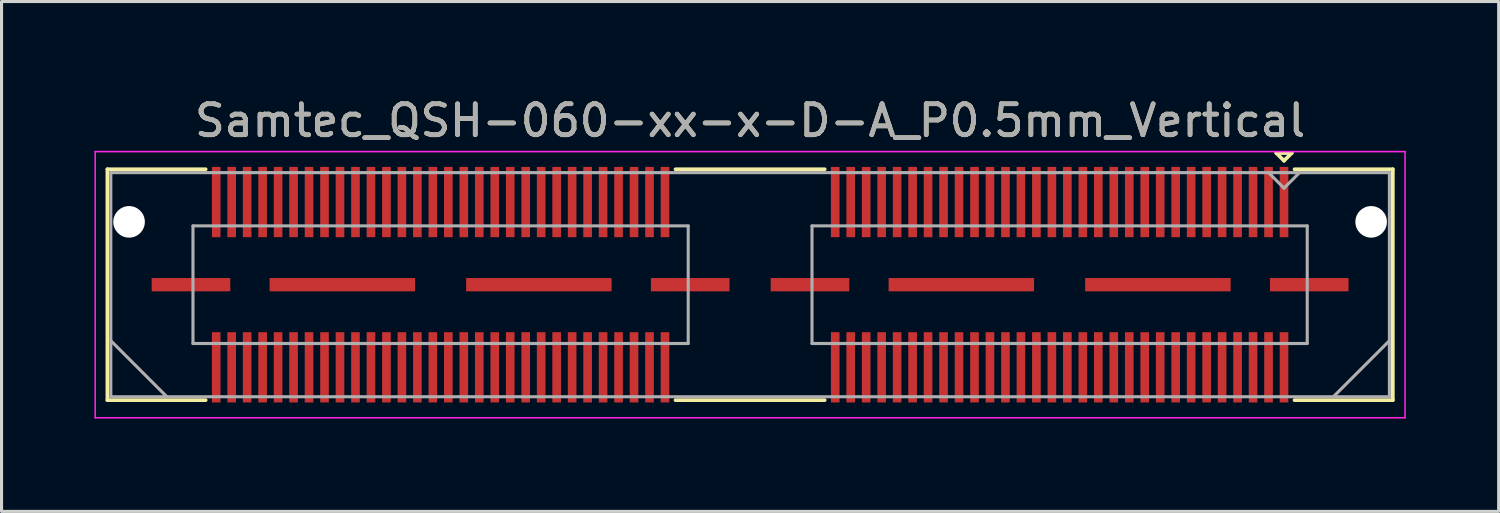
<source format=kicad_pcb>
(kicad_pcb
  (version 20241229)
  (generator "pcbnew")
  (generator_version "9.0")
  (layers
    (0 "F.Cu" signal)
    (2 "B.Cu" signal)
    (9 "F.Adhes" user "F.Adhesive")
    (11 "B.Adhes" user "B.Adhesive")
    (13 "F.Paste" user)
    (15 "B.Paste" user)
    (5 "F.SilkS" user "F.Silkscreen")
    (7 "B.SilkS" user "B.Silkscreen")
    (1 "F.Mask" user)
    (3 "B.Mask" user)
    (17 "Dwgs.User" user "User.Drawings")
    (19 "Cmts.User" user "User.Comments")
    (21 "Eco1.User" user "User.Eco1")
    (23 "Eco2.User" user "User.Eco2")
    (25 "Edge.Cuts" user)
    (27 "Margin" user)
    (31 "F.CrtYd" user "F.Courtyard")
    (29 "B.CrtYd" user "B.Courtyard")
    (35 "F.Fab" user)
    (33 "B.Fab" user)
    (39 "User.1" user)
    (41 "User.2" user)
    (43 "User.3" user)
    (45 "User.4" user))
  (footprint "Samtec_QSH-060-xx-x-D-A_P0.5mm_Vertical"
    (layer "F.Cu")
    (at 21.185 6.148)
    (property "Reference" "Samtec_QSH-060-xx-x-D-A_P0.5mm_Vertical" (at 0 -5.3 0) (layer "F.SilkS") (effects (font (size 1 1) (thickness 0.15))))
    (attr smd)
    (fp_line (start -20.765 -3.73) (end -17.59 -3.73) (stroke (width 0.12) (type solid)) (layer "F.SilkS"))
    (fp_line (start -20.765 3.73) (end -20.765 -3.73) (stroke (width 0.12) (type solid)) (layer "F.SilkS"))
    (fp_line (start -17.59 3.73) (end -20.765 3.73) (stroke (width 0.12) (type solid)) (layer "F.SilkS"))
    (fp_line (start 2.41 -3.73) (end -2.41 -3.73) (stroke (width 0.12) (type solid)) (layer "F.SilkS"))
    (fp_line (start 2.41 3.73) (end -2.41 3.73) (stroke (width 0.12) (type solid)) (layer "F.SilkS"))
    (fp_line (start 17 -4.255) (end 17.5 -4.255) (stroke (width 0.12) (type solid)) (layer "F.SilkS"))
    (fp_line (start 17.25 -4.005) (end 17 -4.255) (stroke (width 0.12) (type solid)) (layer "F.SilkS"))
    (fp_line (start 17.5 -4.255) (end 17.25 -4.005) (stroke (width 0.12) (type solid)) (layer "F.SilkS"))
    (fp_line (start 17.59 3.73) (end 20.765 3.73) (stroke (width 0.12) (type solid)) (layer "F.SilkS"))
    (fp_line (start 20.765 -3.73) (end 17.59 -3.73) (stroke (width 0.12) (type solid)) (layer "F.SilkS"))
    (fp_line (start 20.765 3.73) (end 20.765 -3.73) (stroke (width 0.12) (type solid)) (layer "F.SilkS"))
    (fp_line (start -21.16 -4.3) (end -21.16 4.3) (stroke (width 0.05) (type solid)) (layer "F.CrtYd"))
    (fp_line (start -21.16 4.3) (end 21.16 4.3) (stroke (width 0.05) (type solid)) (layer "F.CrtYd"))
    (fp_line (start 21.16 -4.3) (end -21.16 -4.3) (stroke (width 0.05) (type solid)) (layer "F.CrtYd"))
    (fp_line (start 21.16 4.3) (end 21.16 -4.3) (stroke (width 0.05) (type solid)) (layer "F.CrtYd"))
    (fp_line (start -20.655 -3.62) (end -20.655 3.62) (stroke (width 0.1) (type solid)) (layer "F.Fab"))
    (fp_line (start -20.655 1.81) (end -18.845 3.62) (stroke (width 0.1) (type solid)) (layer "F.Fab"))
    (fp_line (start -20.655 3.62) (end 20.655 3.62) (stroke (width 0.1) (type solid)) (layer "F.Fab"))
    (fp_line (start -18 -1.9) (end -18 1.9) (stroke (width 0.1) (type solid)) (layer "F.Fab"))
    (fp_line (start -18 1.9) (end -2 1.9) (stroke (width 0.1) (type solid)) (layer "F.Fab"))
    (fp_line (start -2 -1.9) (end -18 -1.9) (stroke (width 0.1) (type solid)) (layer "F.Fab"))
    (fp_line (start -2 1.9) (end -2 -1.9) (stroke (width 0.1) (type solid)) (layer "F.Fab"))
    (fp_line (start 2 -1.9) (end 2 1.9) (stroke (width 0.1) (type solid)) (layer "F.Fab"))
    (fp_line (start 2 1.9) (end 18 1.9) (stroke (width 0.1) (type solid)) (layer "F.Fab"))
    (fp_line (start 17.25 -3.12) (end 16.75 -3.62) (stroke (width 0.1) (type solid)) (layer "F.Fab"))
    (fp_line (start 17.75 -3.62) (end 17.25 -3.12) (stroke (width 0.1) (type solid)) (layer "F.Fab"))
    (fp_line (start 18 -1.9) (end 2 -1.9) (stroke (width 0.1) (type solid)) (layer "F.Fab"))
    (fp_line (start 18 1.9) (end 18 -1.9) (stroke (width 0.1) (type solid)) (layer "F.Fab"))
    (fp_line (start 20.655 -3.62) (end -20.655 -3.62) (stroke (width 0.1) (type solid)) (layer "F.Fab"))
    (fp_line (start 20.655 1.81) (end 18.845 3.62) (stroke (width 0.1) (type solid)) (layer "F.Fab"))
    (fp_line (start 20.655 3.62) (end 20.655 -3.62) (stroke (width 0.1) (type solid)) (layer "F.Fab"))
    (fp_text user "${REFERENCE}" (at 0 -5.3 0) (layer "F.Fab") (effects (font (size 1 1) (thickness 0.15))))
    (pad "" np_thru_hole circle (at -20.065 -2.03) (size 1.02 1.02) (drill 1.02) (layers "*.Cu" "*.Mask"))
    (pad "" np_thru_hole circle (at 20.065 -2.03) (size 1.02 1.02) (drill 1.02) (layers "*.Cu" "*.Mask"))
    (pad "1" smd rect (at 17.25 -2.67) (size 0.279 2.27) (layers "F.Cu" "F.Mask" "F.Paste"))
    (pad "2" smd rect (at 17.25 2.67) (size 0.279 2.27) (layers "F.Cu" "F.Mask" "F.Paste"))
    (pad "3" smd rect (at 16.75 -2.67) (size 0.279 2.27) (layers "F.Cu" "F.Mask" "F.Paste"))
    (pad "4" smd rect (at 16.75 2.67) (size 0.279 2.27) (layers "F.Cu" "F.Mask" "F.Paste"))
    (pad "5" smd rect (at 16.25 -2.67) (size 0.279 2.27) (layers "F.Cu" "F.Mask" "F.Paste"))
    (pad "6" smd rect (at 16.25 2.67) (size 0.279 2.27) (layers "F.Cu" "F.Mask" "F.Paste"))
    (pad "7" smd rect (at 15.75 -2.67) (size 0.279 2.27) (layers "F.Cu" "F.Mask" "F.Paste"))
    (pad "8" smd rect (at 15.75 2.67) (size 0.279 2.27) (layers "F.Cu" "F.Mask" "F.Paste"))
    (pad "9" smd rect (at 15.25 -2.67) (size 0.279 2.27) (layers "F.Cu" "F.Mask" "F.Paste"))
    (pad "10" smd rect (at 15.25 2.67) (size 0.279 2.27) (layers "F.Cu" "F.Mask" "F.Paste"))
    (pad "11" smd rect (at 14.75 -2.67) (size 0.279 2.27) (layers "F.Cu" "F.Mask" "F.Paste"))
    (pad "12" smd rect (at 14.75 2.67) (size 0.279 2.27) (layers "F.Cu" "F.Mask" "F.Paste"))
    (pad "13" smd rect (at 14.25 -2.67) (size 0.279 2.27) (layers "F.Cu" "F.Mask" "F.Paste"))
    (pad "14" smd rect (at 14.25 2.67) (size 0.279 2.27) (layers "F.Cu" "F.Mask" "F.Paste"))
    (pad "15" smd rect (at 13.75 -2.67) (size 0.279 2.27) (layers "F.Cu" "F.Mask" "F.Paste"))
    (pad "16" smd rect (at 13.75 2.67) (size 0.279 2.27) (layers "F.Cu" "F.Mask" "F.Paste"))
    (pad "17" smd rect (at 13.25 -2.67) (size 0.279 2.27) (layers "F.Cu" "F.Mask" "F.Paste"))
    (pad "18" smd rect (at 13.25 2.67) (size 0.279 2.27) (layers "F.Cu" "F.Mask" "F.Paste"))
    (pad "19" smd rect (at 12.75 -2.67) (size 0.279 2.27) (layers "F.Cu" "F.Mask" "F.Paste"))
    (pad "20" smd rect (at 12.75 2.67) (size 0.279 2.27) (layers "F.Cu" "F.Mask" "F.Paste"))
    (pad "21" smd rect (at 12.25 -2.67) (size 0.279 2.27) (layers "F.Cu" "F.Mask" "F.Paste"))
    (pad "22" smd rect (at 12.25 2.67) (size 0.279 2.27) (layers "F.Cu" "F.Mask" "F.Paste"))
    (pad "23" smd rect (at 11.75 -2.67) (size 0.279 2.27) (layers "F.Cu" "F.Mask" "F.Paste"))
    (pad "24" smd rect (at 11.75 2.67) (size 0.279 2.27) (layers "F.Cu" "F.Mask" "F.Paste"))
    (pad "25" smd rect (at 11.25 -2.67) (size 0.279 2.27) (layers "F.Cu" "F.Mask" "F.Paste"))
    (pad "26" smd rect (at 11.25 2.67) (size 0.279 2.27) (layers "F.Cu" "F.Mask" "F.Paste"))
    (pad "27" smd rect (at 10.75 -2.67) (size 0.279 2.27) (layers "F.Cu" "F.Mask" "F.Paste"))
    (pad "28" smd rect (at 10.75 2.67) (size 0.279 2.27) (layers "F.Cu" "F.Mask" "F.Paste"))
    (pad "29" smd rect (at 10.25 -2.67) (size 0.279 2.27) (layers "F.Cu" "F.Mask" "F.Paste"))
    (pad "30" smd rect (at 10.25 2.67) (size 0.279 2.27) (layers "F.Cu" "F.Mask" "F.Paste"))
    (pad "31" smd rect (at 9.75 -2.67) (size 0.279 2.27) (layers "F.Cu" "F.Mask" "F.Paste"))
    (pad "32" smd rect (at 9.75 2.67) (size 0.279 2.27) (layers "F.Cu" "F.Mask" "F.Paste"))
    (pad "33" smd rect (at 9.25 -2.67) (size 0.279 2.27) (layers "F.Cu" "F.Mask" "F.Paste"))
    (pad "34" smd rect (at 9.25 2.67) (size 0.279 2.27) (layers "F.Cu" "F.Mask" "F.Paste"))
    (pad "35" smd rect (at 8.75 -2.67) (size 0.279 2.27) (layers "F.Cu" "F.Mask" "F.Paste"))
    (pad "36" smd rect (at 8.75 2.67) (size 0.279 2.27) (layers "F.Cu" "F.Mask" "F.Paste"))
    (pad "37" smd rect (at 8.25 -2.67) (size 0.279 2.27) (layers "F.Cu" "F.Mask" "F.Paste"))
    (pad "38" smd rect (at 8.25 2.67) (size 0.279 2.27) (layers "F.Cu" "F.Mask" "F.Paste"))
    (pad "39" smd rect (at 7.75 -2.67) (size 0.279 2.27) (layers "F.Cu" "F.Mask" "F.Paste"))
    (pad "40" smd rect (at 7.75 2.67) (size 0.279 2.27) (layers "F.Cu" "F.Mask" "F.Paste"))
    (pad "41" smd rect (at 7.25 -2.67) (size 0.279 2.27) (layers "F.Cu" "F.Mask" "F.Paste"))
    (pad "42" smd rect (at 7.25 2.67) (size 0.279 2.27) (layers "F.Cu" "F.Mask" "F.Paste"))
    (pad "43" smd rect (at 6.75 -2.67) (size 0.279 2.27) (layers "F.Cu" "F.Mask" "F.Paste"))
    (pad "44" smd rect (at 6.75 2.67) (size 0.279 2.27) (layers "F.Cu" "F.Mask" "F.Paste"))
    (pad "45" smd rect (at 6.25 -2.67) (size 0.279 2.27) (layers "F.Cu" "F.Mask" "F.Paste"))
    (pad "46" smd rect (at 6.25 2.67) (size 0.279 2.27) (layers "F.Cu" "F.Mask" "F.Paste"))
    (pad "47" smd rect (at 5.75 -2.67) (size 0.279 2.27) (layers "F.Cu" "F.Mask" "F.Paste"))
    (pad "48" smd rect (at 5.75 2.67) (size 0.279 2.27) (layers "F.Cu" "F.Mask" "F.Paste"))
    (pad "49" smd rect (at 5.25 -2.67) (size 0.279 2.27) (layers "F.Cu" "F.Mask" "F.Paste"))
    (pad "50" smd rect (at 5.25 2.67) (size 0.279 2.27) (layers "F.Cu" "F.Mask" "F.Paste"))
    (pad "51" smd rect (at 4.75 -2.67) (size 0.279 2.27) (layers "F.Cu" "F.Mask" "F.Paste"))
    (pad "52" smd rect (at 4.75 2.67) (size 0.279 2.27) (layers "F.Cu" "F.Mask" "F.Paste"))
    (pad "53" smd rect (at 4.25 -2.67) (size 0.279 2.27) (layers "F.Cu" "F.Mask" "F.Paste"))
    (pad "54" smd rect (at 4.25 2.67) (size 0.279 2.27) (layers "F.Cu" "F.Mask" "F.Paste"))
    (pad "55" smd rect (at 3.75 -2.67) (size 0.279 2.27) (layers "F.Cu" "F.Mask" "F.Paste"))
    (pad "56" smd rect (at 3.75 2.67) (size 0.279 2.27) (layers "F.Cu" "F.Mask" "F.Paste"))
    (pad "57" smd rect (at 3.25 -2.67) (size 0.279 2.27) (layers "F.Cu" "F.Mask" "F.Paste"))
    (pad "58" smd rect (at 3.25 2.67) (size 0.279 2.27) (layers "F.Cu" "F.Mask" "F.Paste"))
    (pad "59" smd rect (at 2.75 -2.67) (size 0.279 2.27) (layers "F.Cu" "F.Mask" "F.Paste"))
    (pad "60" smd rect (at 2.75 2.67) (size 0.279 2.27) (layers "F.Cu" "F.Mask" "F.Paste"))
    (pad "61" smd rect (at -2.75 -2.67) (size 0.279 2.27) (layers "F.Cu" "F.Mask" "F.Paste"))
    (pad "62" smd rect (at -2.75 2.67) (size 0.279 2.27) (layers "F.Cu" "F.Mask" "F.Paste"))
    (pad "63" smd rect (at -3.25 -2.67) (size 0.279 2.27) (layers "F.Cu" "F.Mask" "F.Paste"))
    (pad "64" smd rect (at -3.25 2.67) (size 0.279 2.27) (layers "F.Cu" "F.Mask" "F.Paste"))
    (pad "65" smd rect (at -3.75 -2.67) (size 0.279 2.27) (layers "F.Cu" "F.Mask" "F.Paste"))
    (pad "66" smd rect (at -3.75 2.67) (size 0.279 2.27) (layers "F.Cu" "F.Mask" "F.Paste"))
    (pad "67" smd rect (at -4.25 -2.67) (size 0.279 2.27) (layers "F.Cu" "F.Mask" "F.Paste"))
    (pad "68" smd rect (at -4.25 2.67) (size 0.279 2.27) (layers "F.Cu" "F.Mask" "F.Paste"))
    (pad "69" smd rect (at -4.75 -2.67) (size 0.279 2.27) (layers "F.Cu" "F.Mask" "F.Paste"))
    (pad "70" smd rect (at -4.75 2.67) (size 0.279 2.27) (layers "F.Cu" "F.Mask" "F.Paste"))
    (pad "71" smd rect (at -5.25 -2.67) (size 0.279 2.27) (layers "F.Cu" "F.Mask" "F.Paste"))
    (pad "72" smd rect (at -5.25 2.67) (size 0.279 2.27) (layers "F.Cu" "F.Mask" "F.Paste"))
    (pad "73" smd rect (at -5.75 -2.67) (size 0.279 2.27) (layers "F.Cu" "F.Mask" "F.Paste"))
    (pad "74" smd rect (at -5.75 2.67) (size 0.279 2.27) (layers "F.Cu" "F.Mask" "F.Paste"))
    (pad "75" smd rect (at -6.25 -2.67) (size 0.279 2.27) (layers "F.Cu" "F.Mask" "F.Paste"))
    (pad "76" smd rect (at -6.25 2.67) (size 0.279 2.27) (layers "F.Cu" "F.Mask" "F.Paste"))
    (pad "77" smd rect (at -6.75 -2.67) (size 0.279 2.27) (layers "F.Cu" "F.Mask" "F.Paste"))
    (pad "78" smd rect (at -6.75 2.67) (size 0.279 2.27) (layers "F.Cu" "F.Mask" "F.Paste"))
    (pad "79" smd rect (at -7.25 -2.67) (size 0.279 2.27) (layers "F.Cu" "F.Mask" "F.Paste"))
    (pad "80" smd rect (at -7.25 2.67) (size 0.279 2.27) (layers "F.Cu" "F.Mask" "F.Paste"))
    (pad "81" smd rect (at -7.75 -2.67) (size 0.279 2.27) (layers "F.Cu" "F.Mask" "F.Paste"))
    (pad "82" smd rect (at -7.75 2.67) (size 0.279 2.27) (layers "F.Cu" "F.Mask" "F.Paste"))
    (pad "83" smd rect (at -8.25 -2.67) (size 0.279 2.27) (layers "F.Cu" "F.Mask" "F.Paste"))
    (pad "84" smd rect (at -8.25 2.67) (size 0.279 2.27) (layers "F.Cu" "F.Mask" "F.Paste"))
    (pad "85" smd rect (at -8.75 -2.67) (size 0.279 2.27) (layers "F.Cu" "F.Mask" "F.Paste"))
    (pad "86" smd rect (at -8.75 2.67) (size 0.279 2.27) (layers "F.Cu" "F.Mask" "F.Paste"))
    (pad "87" smd rect (at -9.25 -2.67) (size 0.279 2.27) (layers "F.Cu" "F.Mask" "F.Paste"))
    (pad "88" smd rect (at -9.25 2.67) (size 0.279 2.27) (layers "F.Cu" "F.Mask" "F.Paste"))
    (pad "89" smd rect (at -9.75 -2.67) (size 0.279 2.27) (layers "F.Cu" "F.Mask" "F.Paste"))
    (pad "90" smd rect (at -9.75 2.67) (size 0.279 2.27) (layers "F.Cu" "F.Mask" "F.Paste"))
    (pad "91" smd rect (at -10.25 -2.67) (size 0.279 2.27) (layers "F.Cu" "F.Mask" "F.Paste"))
    (pad "92" smd rect (at -10.25 2.67) (size 0.279 2.27) (layers "F.Cu" "F.Mask" "F.Paste"))
    (pad "93" smd rect (at -10.75 -2.67) (size 0.279 2.27) (layers "F.Cu" "F.Mask" "F.Paste"))
    (pad "94" smd rect (at -10.75 2.67) (size 0.279 2.27) (layers "F.Cu" "F.Mask" "F.Paste"))
    (pad "95" smd rect (at -11.25 -2.67) (size 0.279 2.27) (layers "F.Cu" "F.Mask" "F.Paste"))
    (pad "96" smd rect (at -11.25 2.67) (size 0.279 2.27) (layers "F.Cu" "F.Mask" "F.Paste"))
    (pad "97" smd rect (at -11.75 -2.67) (size 0.279 2.27) (layers "F.Cu" "F.Mask" "F.Paste"))
    (pad "98" smd rect (at -11.75 2.67) (size 0.279 2.27) (layers "F.Cu" "F.Mask" "F.Paste"))
    (pad "99" smd rect (at -12.25 -2.67) (size 0.279 2.27) (layers "F.Cu" "F.Mask" "F.Paste"))
    (pad "100" smd rect (at -12.25 2.67) (size 0.279 2.27) (layers "F.Cu" "F.Mask" "F.Paste"))
    (pad "101" smd rect (at -12.75 -2.67) (size 0.279 2.27) (layers "F.Cu" "F.Mask" "F.Paste"))
    (pad "102" smd rect (at -12.75 2.67) (size 0.279 2.27) (layers "F.Cu" "F.Mask" "F.Paste"))
    (pad "103" smd rect (at -13.25 -2.67) (size 0.279 2.27) (layers "F.Cu" "F.Mask" "F.Paste"))
    (pad "104" smd rect (at -13.25 2.67) (size 0.279 2.27) (layers "F.Cu" "F.Mask" "F.Paste"))
    (pad "105" smd rect (at -13.75 -2.67) (size 0.279 2.27) (layers "F.Cu" "F.Mask" "F.Paste"))
    (pad "106" smd rect (at -13.75 2.67) (size 0.279 2.27) (layers "F.Cu" "F.Mask" "F.Paste"))
    (pad "107" smd rect (at -14.25 -2.67) (size 0.279 2.27) (layers "F.Cu" "F.Mask" "F.Paste"))
    (pad "108" smd rect (at -14.25 2.67) (size 0.279 2.27) (layers "F.Cu" "F.Mask" "F.Paste"))
    (pad "109" smd rect (at -14.75 -2.67) (size 0.279 2.27) (layers "F.Cu" "F.Mask" "F.Paste"))
    (pad "110" smd rect (at -14.75 2.67) (size 0.279 2.27) (layers "F.Cu" "F.Mask" "F.Paste"))
    (pad "111" smd rect (at -15.25 -2.67) (size 0.279 2.27) (layers "F.Cu" "F.Mask" "F.Paste"))
    (pad "112" smd rect (at -15.25 2.67) (size 0.279 2.27) (layers "F.Cu" "F.Mask" "F.Paste"))
    (pad "113" smd rect (at -15.75 -2.67) (size 0.279 2.27) (layers "F.Cu" "F.Mask" "F.Paste"))
    (pad "114" smd rect (at -15.75 2.67) (size 0.279 2.27) (layers "F.Cu" "F.Mask" "F.Paste"))
    (pad "115" smd rect (at -16.25 -2.67) (size 0.279 2.27) (layers "F.Cu" "F.Mask" "F.Paste"))
    (pad "116" smd rect (at -16.25 2.67) (size 0.279 2.27) (layers "F.Cu" "F.Mask" "F.Paste"))
    (pad "117" smd rect (at -16.75 -2.67) (size 0.279 2.27) (layers "F.Cu" "F.Mask" "F.Paste"))
    (pad "118" smd rect (at -16.75 2.67) (size 0.279 2.27) (layers "F.Cu" "F.Mask" "F.Paste"))
    (pad "119" smd rect (at -17.25 -2.67) (size 0.279 2.27) (layers "F.Cu" "F.Mask" "F.Paste"))
    (pad "120" smd rect (at -17.25 2.67) (size 0.279 2.27) (layers "F.Cu" "F.Mask" "F.Paste"))
    (pad "P1" smd rect (at 1.935 0) (size 2.54 0.43) (layers "F.Cu" "F.Mask" "F.Paste"))
    (pad "P1" smd rect (at 6.825 0) (size 4.7 0.43) (layers "F.Cu" "F.Mask" "F.Paste"))
    (pad "P1" smd rect (at 13.175 0) (size 4.7 0.43) (layers "F.Cu" "F.Mask" "F.Paste"))
    (pad "P1" smd rect (at 18.065 0) (size 2.54 0.43) (layers "F.Cu" "F.Mask" "F.Paste"))
    (pad "P2" smd rect (at -18.065 0) (size 2.54 0.43) (layers "F.Cu" "F.Mask" "F.Paste"))
    (pad "P2" smd rect (at -13.175 0) (size 4.7 0.43) (layers "F.Cu" "F.Mask" "F.Paste"))
    (pad "P2" smd rect (at -6.825 0) (size 4.7 0.43) (layers "F.Cu" "F.Mask" "F.Paste"))
    (pad "P2" smd rect (at -1.935 0) (size 2.54 0.43) (layers "F.Cu" "F.Mask" "F.Paste")))
  (gr_rect
    (start -3 -3)
    (end 45.37 13.473)
    (stroke (width 0.1) (type default))
    (fill no)
    (layer "Edge.Cuts")))
</source>
